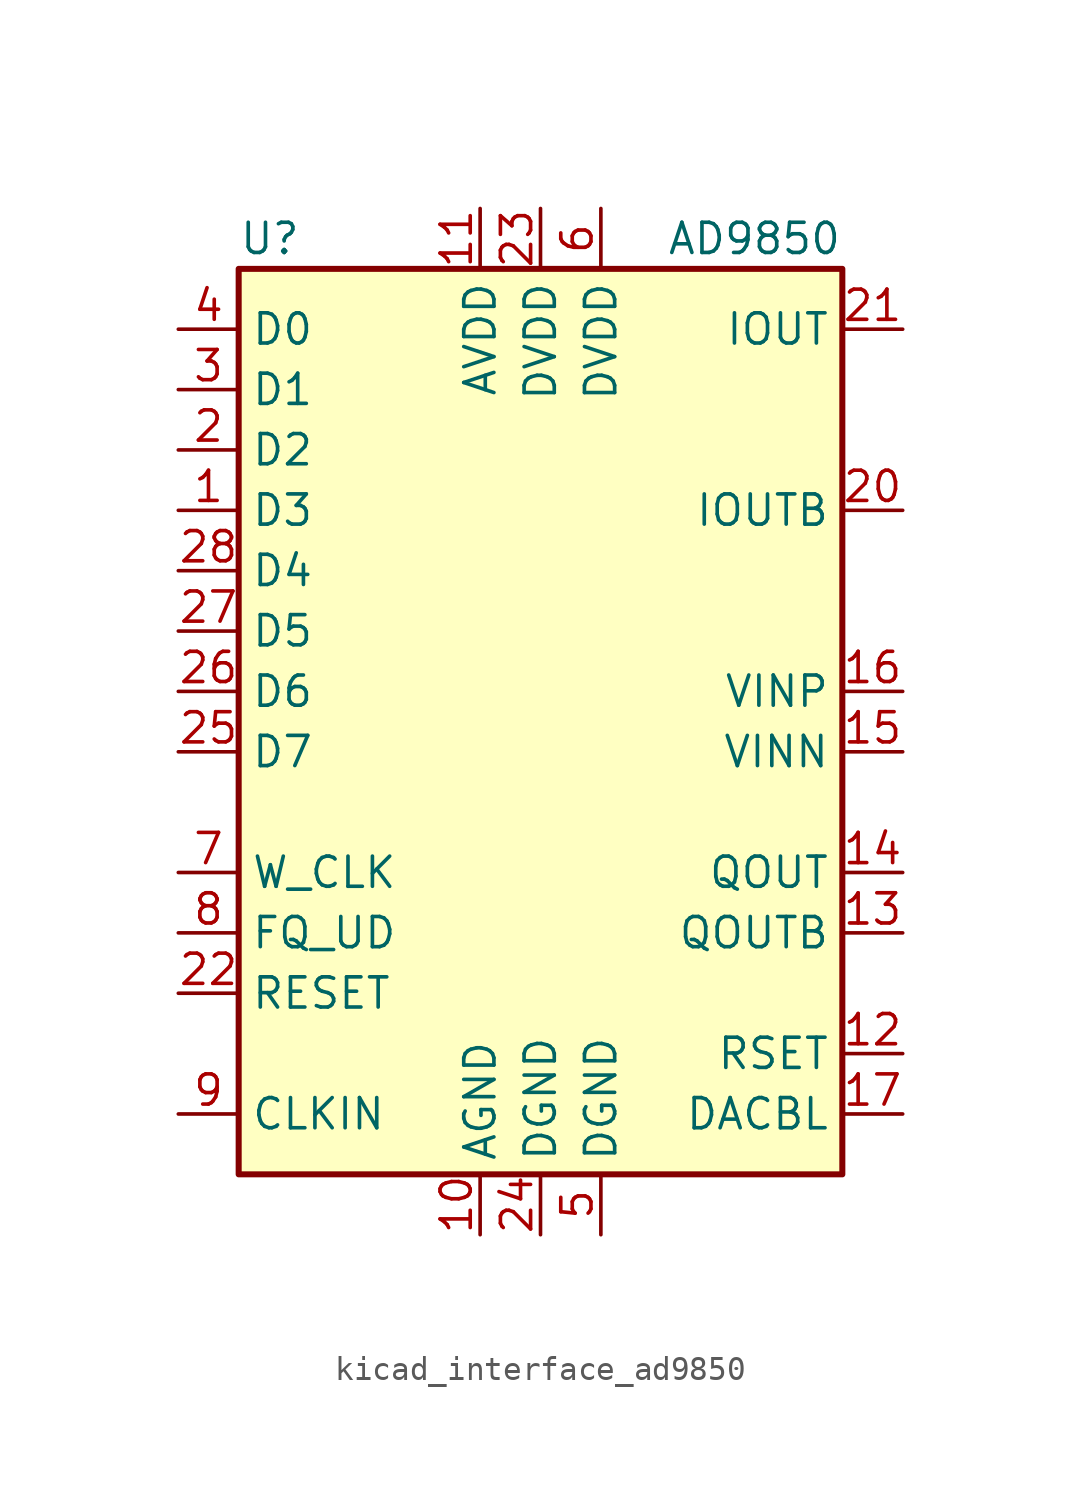
<source format=kicad_sym>
(kicad_symbol_lib
  (version 20220914)
  (generator kicad_symbol_editor)
  (symbol "kicad_interface_ad9850"
    (property "Reference" "U"
      (at -12.7 19.05 0)
      (effects (font (size 1.27 1.27)) (justify left)))
    (property "Value" "AD9850"
      (at 12.7 19.05 0)
      (effects (font (size 1.27 1.27)) (justify right)))
    (symbol "kicad_interface_ad9850_0_1"
      (rectangle (start -12.7 17.78) (end 12.7 -20.32) (stroke (width 0.254) (type default)) (fill (type background))))
    (symbol "kicad_interface_ad9850_1_1"
      (pin input line (at -15.24 7.62 0) (length 2.54) (name "D3" (effects (font (size 1.27 1.27)))) (number "1" (effects (font (size 1.27 1.27)))))
      (pin power_in line (at -2.54 -22.86 90) (length 2.54) (name "AGND" (effects (font (size 1.27 1.27)))) (number "10" (effects (font (size 1.27 1.27)))))
      (pin power_in line (at -2.54 20.32 270) (length 2.54) (name "AVDD" (effects (font (size 1.27 1.27)))) (number "11" (effects (font (size 1.27 1.27)))))
      (pin passive line (at 15.24 -15.24 180) (length 2.54) (name "RSET" (effects (font (size 1.27 1.27)))) (number "12" (effects (font (size 1.27 1.27)))))
      (pin output line (at 15.24 -10.16 180) (length 2.54) (name "QOUTB" (effects (font (size 1.27 1.27)))) (number "13" (effects (font (size 1.27 1.27)))))
      (pin output line (at 15.24 -7.62 180) (length 2.54) (name "QOUT" (effects (font (size 1.27 1.27)))) (number "14" (effects (font (size 1.27 1.27)))))
      (pin input line (at 15.24 -2.54 180) (length 2.54) (name "VINN" (effects (font (size 1.27 1.27)))) (number "15" (effects (font (size 1.27 1.27)))))
      (pin input line (at 15.24 0 180) (length 2.54) (name "VINP" (effects (font (size 1.27 1.27)))) (number "16" (effects (font (size 1.27 1.27)))))
      (pin passive line (at 15.24 -17.78 180) (length 2.54) (name "DACBL" (effects (font (size 1.27 1.27)))) (number "17" (effects (font (size 1.27 1.27)))))
      (pin passive line (at -2.54 20.32 270) (length 2.54) hide (name "AVDD" (effects (font (size 1.27 1.27)))) (number "18" (effects (font (size 1.27 1.27)))))
      (pin passive line (at -2.54 -22.86 90) (length 2.54) hide (name "AGND" (effects (font (size 1.27 1.27)))) (number "19" (effects (font (size 1.27 1.27)))))
      (pin input line (at -15.24 10.16 0) (length 2.54) (name "D2" (effects (font (size 1.27 1.27)))) (number "2" (effects (font (size 1.27 1.27)))))
      (pin output line (at 15.24 7.62 180) (length 2.54) (name "IOUTB" (effects (font (size 1.27 1.27)))) (number "20" (effects (font (size 1.27 1.27)))))
      (pin output line (at 15.24 15.24 180) (length 2.54) (name "IOUT" (effects (font (size 1.27 1.27)))) (number "21" (effects (font (size 1.27 1.27)))))
      (pin input line (at -15.24 -12.7 0) (length 2.54) (name "RESET" (effects (font (size 1.27 1.27)))) (number "22" (effects (font (size 1.27 1.27)))))
      (pin power_in line (at 0 20.32 270) (length 2.54) (name "DVDD" (effects (font (size 1.27 1.27)))) (number "23" (effects (font (size 1.27 1.27)))))
      (pin power_in line (at 0 -22.86 90) (length 2.54) (name "DGND" (effects (font (size 1.27 1.27)))) (number "24" (effects (font (size 1.27 1.27)))))
      (pin input line (at -15.24 -2.54 0) (length 2.54) (name "D7" (effects (font (size 1.27 1.27)))) (number "25" (effects (font (size 1.27 1.27)))))
      (pin input line (at -15.24 0 0) (length 2.54) (name "D6" (effects (font (size 1.27 1.27)))) (number "26" (effects (font (size 1.27 1.27)))))
      (pin input line (at -15.24 2.54 0) (length 2.54) (name "D5" (effects (font (size 1.27 1.27)))) (number "27" (effects (font (size 1.27 1.27)))))
      (pin input line (at -15.24 5.08 0) (length 2.54) (name "D4" (effects (font (size 1.27 1.27)))) (number "28" (effects (font (size 1.27 1.27)))))
      (pin input line (at -15.24 12.7 0) (length 2.54) (name "D1" (effects (font (size 1.27 1.27)))) (number "3" (effects (font (size 1.27 1.27)))))
      (pin input line (at -15.24 15.24 0) (length 2.54) (name "D0" (effects (font (size 1.27 1.27)))) (number "4" (effects (font (size 1.27 1.27)))))
      (pin power_in line (at 2.54 -22.86 90) (length 2.54) (name "DGND" (effects (font (size 1.27 1.27)))) (number "5" (effects (font (size 1.27 1.27)))))
      (pin power_in line (at 2.54 20.32 270) (length 2.54) (name "DVDD" (effects (font (size 1.27 1.27)))) (number "6" (effects (font (size 1.27 1.27)))))
      (pin input line (at -15.24 -7.62 0) (length 2.54) (name "W_CLK" (effects (font (size 1.27 1.27)))) (number "7" (effects (font (size 1.27 1.27)))))
      (pin input line (at -15.24 -10.16 0) (length 2.54) (name "FQ_UD" (effects (font (size 1.27 1.27)))) (number "8" (effects (font (size 1.27 1.27)))))
      (pin input line (at -15.24 -17.78 0) (length 2.54) (name "CLKIN" (effects (font (size 1.27 1.27)))) (number "9" (effects (font (size 1.27 1.27))))))))
</source>
